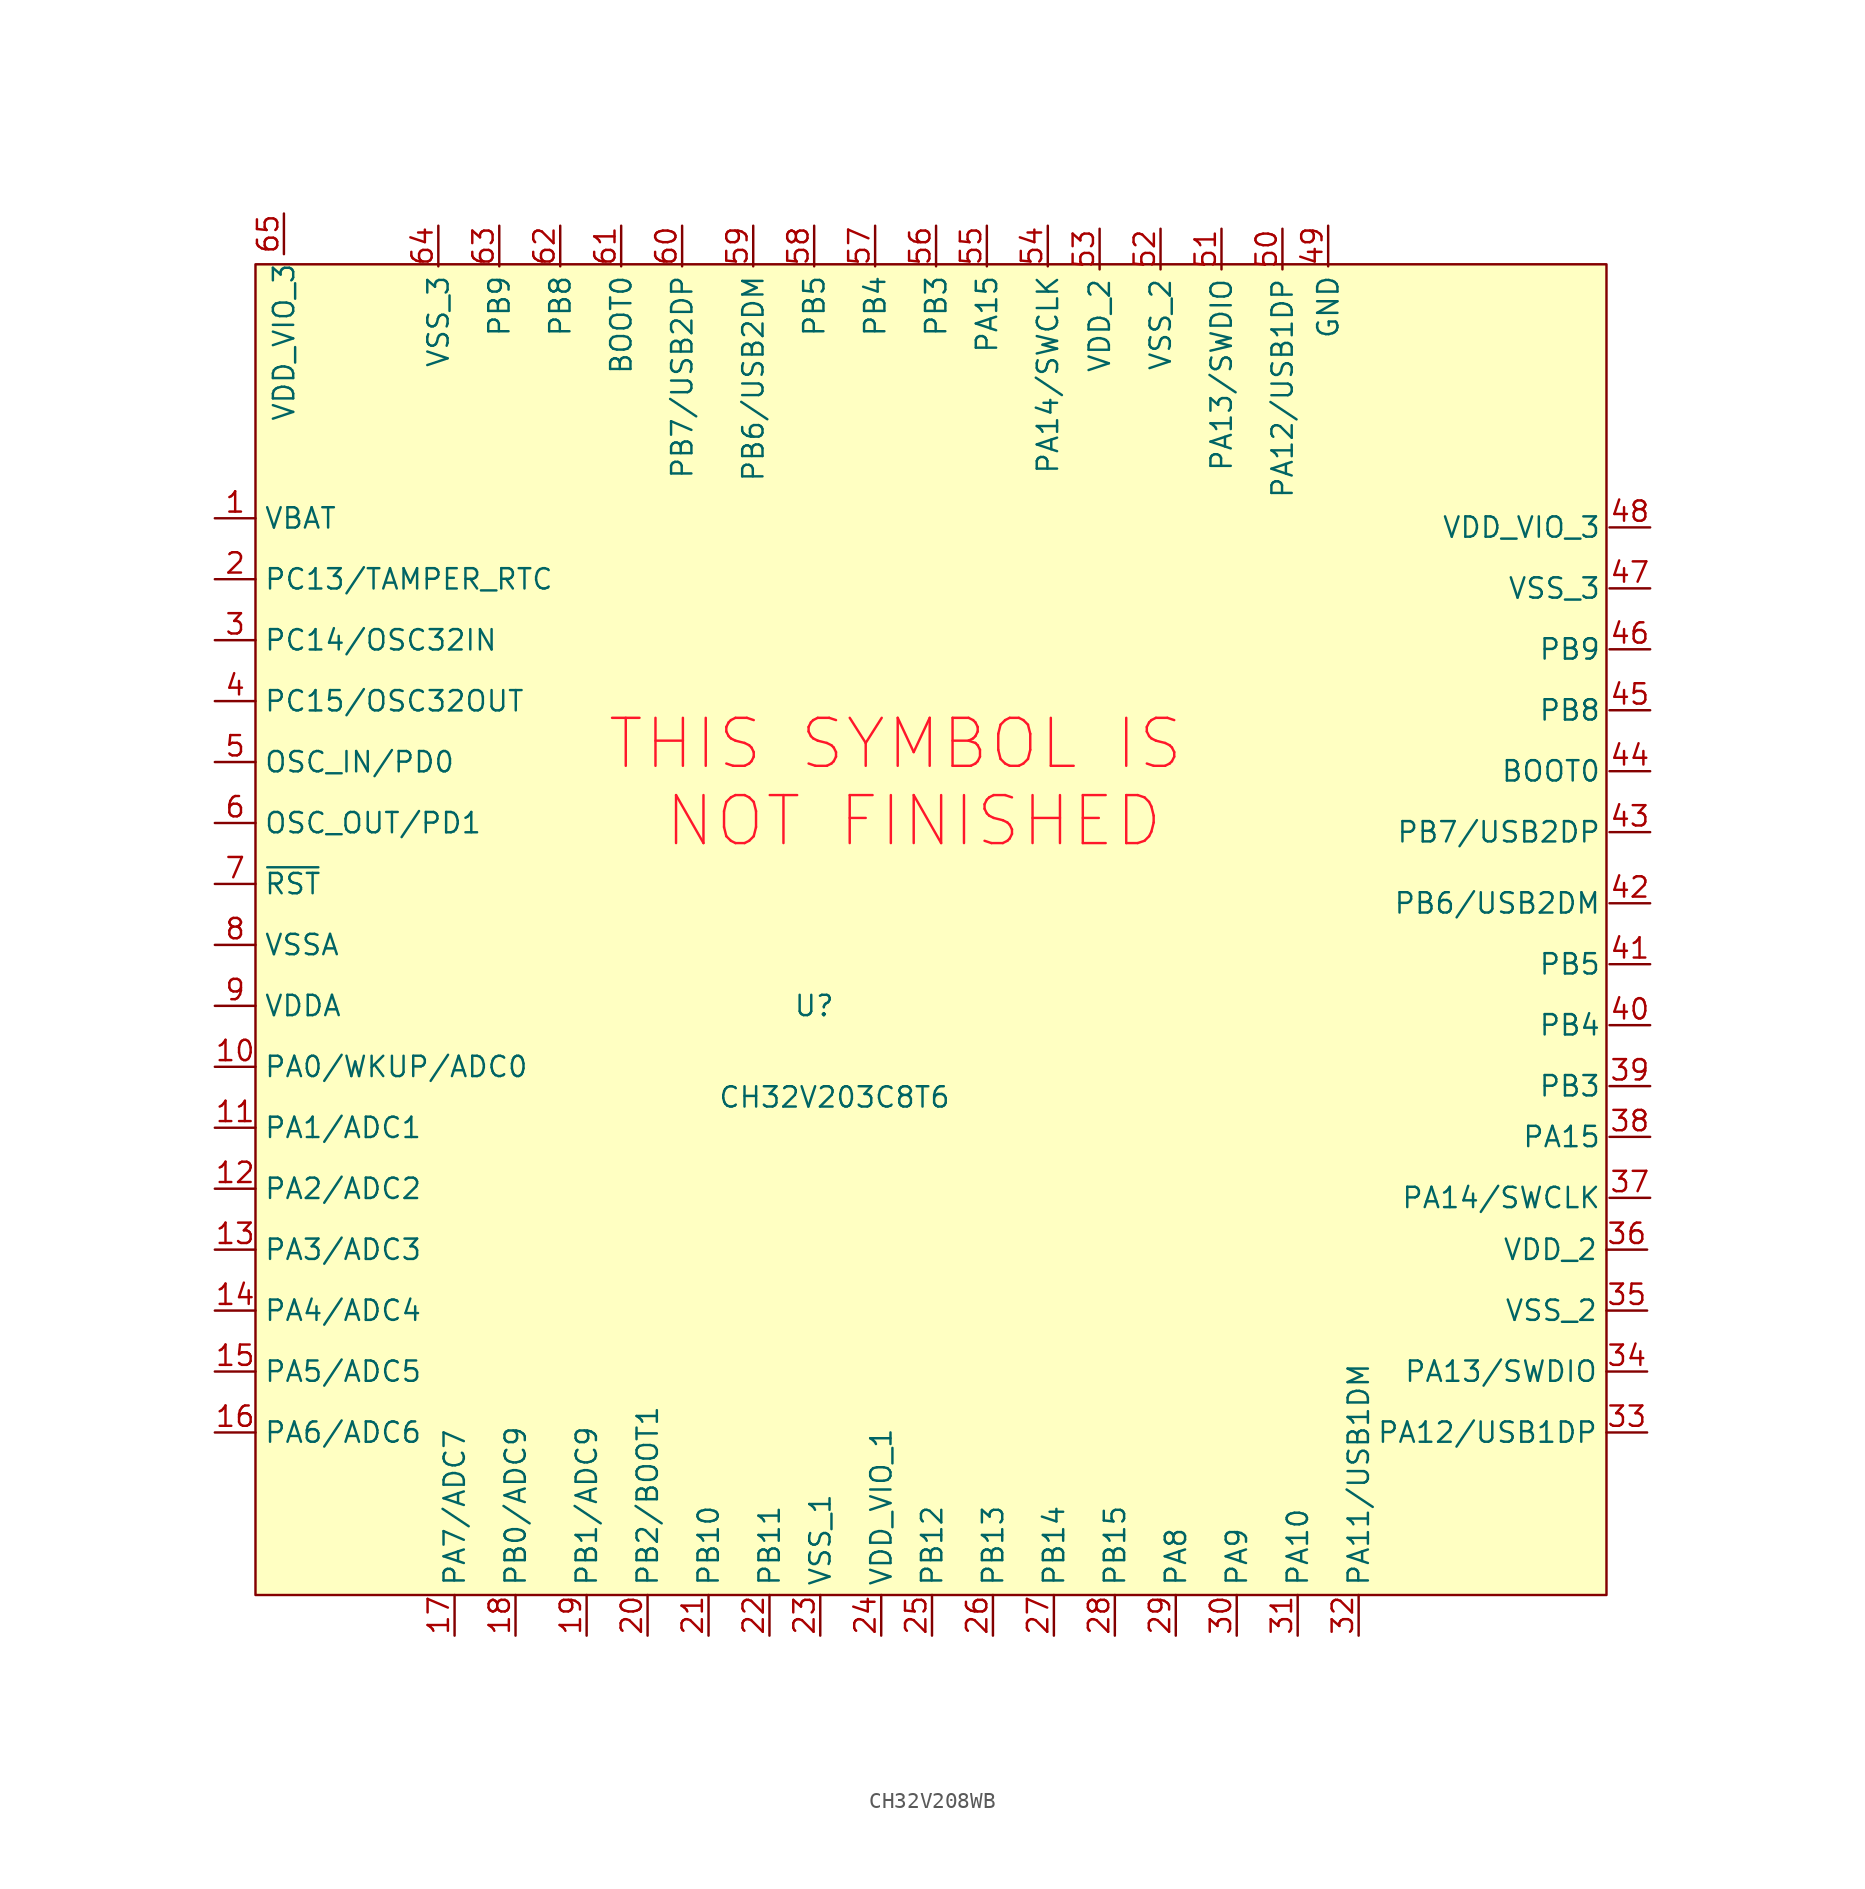
<source format=kicad_sym>
(kicad_symbol_lib
  (version 20231120)
  (generator "kicad_symbol_editor")
  (generator_version "8.0")
  (symbol "CH32V208WB"
    (property "Reference" "U"
      (at -5.715 -5.08 0)
      (effects (font (size 1.27 1.27))))
    (property "Value" "CH32V203C8T6"
      (at -4.445 -10.795 0)
      (effects (font (size 1.27 1.27))))
    (symbol "CH32V208WB_0_1"
      (rectangle (start -40.64 41.275) (end 43.815 -41.91) (stroke (width 0) (type default)) (fill (type background))))
    (symbol "CH32V208WB_1_1"
      (text "THIS SYMBOL IS\n NOT FINISHED" (at -0.635 8.89 0) (effects (font (face "KiCad Font") (size 3 3) (color 255 23 42 1))))
      (pin bidirectional line (at -43.18 25.4 0) (length 2.54) (name "VBAT" (effects (font (size 1.27 1.27)))) (number "1" (effects (font (size 1.27 1.27)))))
      (pin bidirectional line (at -43.18 -8.89 0) (length 2.54) (name "PA0/WKUP/ADC0" (effects (font (size 1.27 1.27)))) (number "10" (effects (font (size 1.27 1.27)))))
      (pin bidirectional line (at -43.18 -12.7 0) (length 2.54) (name "PA1/ADC1" (effects (font (size 1.27 1.27)))) (number "11" (effects (font (size 1.27 1.27)))))
      (pin bidirectional line (at -43.18 -16.51 0) (length 2.54) (name "PA2/ADC2" (effects (font (size 1.27 1.27)))) (number "12" (effects (font (size 1.27 1.27)))))
      (pin bidirectional line (at -43.18 -20.32 0) (length 2.54) (name "PA3/ADC3" (effects (font (size 1.27 1.27)))) (number "13" (effects (font (size 1.27 1.27)))))
      (pin bidirectional line (at -43.18 -24.13 0) (length 2.54) (name "PA4/ADC4" (effects (font (size 1.27 1.27)))) (number "14" (effects (font (size 1.27 1.27)))))
      (pin bidirectional line (at -43.18 -27.94 0) (length 2.54) (name "PA5/ADC5" (effects (font (size 1.27 1.27)))) (number "15" (effects (font (size 1.27 1.27)))))
      (pin bidirectional line (at -43.18 -31.75 0) (length 2.54) (name "PA6/ADC6" (effects (font (size 1.27 1.27)))) (number "16" (effects (font (size 1.27 1.27)))))
      (pin bidirectional line (at -28.194 -44.45 90) (length 2.54) (name "PA7/ADC7" (effects (font (size 1.27 1.27)))) (number "17" (effects (font (size 1.27 1.27)))))
      (pin bidirectional line (at -24.384 -44.45 90) (length 2.54) (name "PB0/ADC9" (effects (font (size 1.27 1.27)))) (number "18" (effects (font (size 1.27 1.27)))))
      (pin bidirectional line (at -19.939 -44.45 90) (length 2.54) (name "PB1/ADC9" (effects (font (size 1.27 1.27)))) (number "19" (effects (font (size 1.27 1.27)))))
      (pin bidirectional line (at -43.18 21.59 0) (length 2.54) (name "PC13/TAMPER_RTC" (effects (font (size 1.27 1.27)))) (number "2" (effects (font (size 1.27 1.27)))))
      (pin bidirectional line (at -16.129 -44.45 90) (length 2.54) (name "PB2/BOOT1" (effects (font (size 1.27 1.27)))) (number "20" (effects (font (size 1.27 1.27)))))
      (pin bidirectional line (at -12.319 -44.45 90) (length 2.54) (name "PB10" (effects (font (size 1.27 1.27)))) (number "21" (effects (font (size 1.27 1.27)))))
      (pin bidirectional line (at -8.509 -44.45 90) (length 2.54) (name "PB11" (effects (font (size 1.27 1.27)))) (number "22" (effects (font (size 1.27 1.27)))))
      (pin power_in line (at -5.334 -44.45 90) (length 2.54) (name "VSS_1" (effects (font (size 1.27 1.27)))) (number "23" (effects (font (size 1.27 1.27)))))
      (pin power_in line (at -1.524 -44.45 90) (length 2.54) (name "VDD_VIO_1" (effects (font (size 1.27 1.27)))) (number "24" (effects (font (size 1.27 1.27)))))
      (pin bidirectional line (at 1.651 -44.45 90) (length 2.54) (name "PB12" (effects (font (size 1.27 1.27)))) (number "25" (effects (font (size 1.27 1.27)))))
      (pin bidirectional line (at 5.461 -44.45 90) (length 2.54) (name "PB13" (effects (font (size 1.27 1.27)))) (number "26" (effects (font (size 1.27 1.27)))))
      (pin bidirectional line (at 9.271 -44.45 90) (length 2.54) (name "PB14" (effects (font (size 1.27 1.27)))) (number "27" (effects (font (size 1.27 1.27)))))
      (pin bidirectional line (at 13.081 -44.45 90) (length 2.54) (name "PB15" (effects (font (size 1.27 1.27)))) (number "28" (effects (font (size 1.27 1.27)))))
      (pin bidirectional line (at 16.891 -44.45 90) (length 2.54) (name "PA8" (effects (font (size 1.27 1.27)))) (number "29" (effects (font (size 1.27 1.27)))))
      (pin bidirectional line (at -43.18 17.78 0) (length 2.54) (name "PC14/OSC32IN" (effects (font (size 1.27 1.27)))) (number "3" (effects (font (size 1.27 1.27)))))
      (pin bidirectional line (at 20.701 -44.45 90) (length 2.54) (name "PA9" (effects (font (size 1.27 1.27)))) (number "30" (effects (font (size 1.27 1.27)))))
      (pin bidirectional line (at 24.511 -44.45 90) (length 2.54) (name "PA10" (effects (font (size 1.27 1.27)))) (number "31" (effects (font (size 1.27 1.27)))))
      (pin bidirectional line (at 28.321 -44.45 90) (length 2.54) (name "PA11/USB1DM" (effects (font (size 1.27 1.27)))) (number "32" (effects (font (size 1.27 1.27)))))
      (pin bidirectional line (at 46.355 -31.75 180) (length 2.54) (name "PA12/USB1DP" (effects (font (size 1.27 1.27)))) (number "33" (effects (font (size 1.27 1.27)))))
      (pin bidirectional line (at 46.355 -27.94 180) (length 2.54) (name "PA13/SWDIO" (effects (font (size 1.27 1.27)))) (number "34" (effects (font (size 1.27 1.27)))))
      (pin power_in line (at 46.355 -24.13 180) (length 2.54) (name "VSS_2" (effects (font (size 1.27 1.27)))) (number "35" (effects (font (size 1.27 1.27)))))
      (pin power_in line (at 46.355 -20.32 180) (length 2.54) (name "VDD_2" (effects (font (size 1.27 1.27)))) (number "36" (effects (font (size 1.27 1.27)))))
      (pin bidirectional line (at 46.545 -17.081 180) (length 2.54) (name "PA14/SWCLK" (effects (font (size 1.27 1.27)))) (number "37" (effects (font (size 1.27 1.27)))))
      (pin bidirectional line (at 46.545 -13.271 180) (length 2.54) (name "PA15" (effects (font (size 1.27 1.27)))) (number "38" (effects (font (size 1.27 1.27)))))
      (pin bidirectional line (at 46.545 -10.097 180) (length 2.54) (name "PB3" (effects (font (size 1.27 1.27)))) (number "39" (effects (font (size 1.27 1.27)))))
      (pin bidirectional line (at -43.18 13.97 0) (length 2.54) (name "PC15/OSC32OUT" (effects (font (size 1.27 1.27)))) (number "4" (effects (font (size 1.27 1.27)))))
      (pin bidirectional line (at 46.545 -6.287 180) (length 2.54) (name "PB4" (effects (font (size 1.27 1.27)))) (number "40" (effects (font (size 1.27 1.27)))))
      (pin bidirectional line (at 46.545 -2.477 180) (length 2.54) (name "PB5" (effects (font (size 1.27 1.27)))) (number "41" (effects (font (size 1.27 1.27)))))
      (pin bidirectional line (at 46.545 1.333 180) (length 2.54) (name "PB6/USB2DM" (effects (font (size 1.27 1.27)))) (number "42" (effects (font (size 1.27 1.27)))))
      (pin bidirectional line (at 46.545 5.779 180) (length 2.54) (name "PB7/USB2DP" (effects (font (size 1.27 1.27)))) (number "43" (effects (font (size 1.27 1.27)))))
      (pin input line (at 46.545 9.588 180) (length 2.54) (name "BOOT0" (effects (font (size 1.27 1.27)))) (number "44" (effects (font (size 1.27 1.27)))))
      (pin bidirectional line (at 46.545 13.399 180) (length 2.54) (name "PB8" (effects (font (size 1.27 1.27)))) (number "45" (effects (font (size 1.27 1.27)))))
      (pin bidirectional line (at 46.545 17.209 180) (length 2.54) (name "PB9" (effects (font (size 1.27 1.27)))) (number "46" (effects (font (size 1.27 1.27)))))
      (pin power_in line (at 46.545 21.018 180) (length 2.54) (name "VSS_3" (effects (font (size 1.27 1.27)))) (number "47" (effects (font (size 1.27 1.27)))))
      (pin power_in line (at 46.545 24.828 180) (length 2.54) (name "VDD_VIO_3" (effects (font (size 1.27 1.27)))) (number "48" (effects (font (size 1.27 1.27)))))
      (pin power_in line (at 26.416 43.688 270) (length 2.54) (name "GND" (effects (font (size 1.27 1.27)))) (number "49" (effects (font (size 1.27 1.27)))))
      (pin bidirectional line (at -43.18 10.16 0) (length 2.54) (name "OSC_IN/PD0" (effects (font (size 1.27 1.27)))) (number "5" (effects (font (size 1.27 1.27)))))
      (pin bidirectional line (at 23.558 43.498 270) (length 2.54) (name "PA12/USB1DP" (effects (font (size 1.27 1.27)))) (number "50" (effects (font (size 1.27 1.27)))))
      (pin bidirectional line (at 19.748 43.498 270) (length 2.54) (name "PA13/SWDIO" (effects (font (size 1.27 1.27)))) (number "51" (effects (font (size 1.27 1.27)))))
      (pin power_in line (at 15.938 43.498 270) (length 2.54) (name "VSS_2" (effects (font (size 1.27 1.27)))) (number "52" (effects (font (size 1.27 1.27)))))
      (pin power_in line (at 12.129 43.498 270) (length 2.54) (name "VDD_2" (effects (font (size 1.27 1.27)))) (number "53" (effects (font (size 1.27 1.27)))))
      (pin bidirectional line (at 8.89 43.688 270) (length 2.54) (name "PA14/SWCLK" (effects (font (size 1.27 1.27)))) (number "54" (effects (font (size 1.27 1.27)))))
      (pin bidirectional line (at 5.08 43.688 270) (length 2.54) (name "PA15" (effects (font (size 1.27 1.27)))) (number "55" (effects (font (size 1.27 1.27)))))
      (pin bidirectional line (at 1.905 43.688 270) (length 2.54) (name "PB3" (effects (font (size 1.27 1.27)))) (number "56" (effects (font (size 1.27 1.27)))))
      (pin bidirectional line (at -1.905 43.688 270) (length 2.54) (name "PB4" (effects (font (size 1.27 1.27)))) (number "57" (effects (font (size 1.27 1.27)))))
      (pin bidirectional line (at -5.715 43.688 270) (length 2.54) (name "PB5" (effects (font (size 1.27 1.27)))) (number "58" (effects (font (size 1.27 1.27)))))
      (pin bidirectional line (at -9.525 43.688 270) (length 2.54) (name "PB6/USB2DM" (effects (font (size 1.27 1.27)))) (number "59" (effects (font (size 1.27 1.27)))))
      (pin bidirectional line (at -43.18 6.35 0) (length 2.54) (name "OSC_OUT/PD1" (effects (font (size 1.27 1.27)))) (number "6" (effects (font (size 1.27 1.27)))))
      (pin bidirectional line (at -13.97 43.688 270) (length 2.54) (name "PB7/USB2DP" (effects (font (size 1.27 1.27)))) (number "60" (effects (font (size 1.27 1.27)))))
      (pin input line (at -17.78 43.688 270) (length 2.54) (name "BOOT0" (effects (font (size 1.27 1.27)))) (number "61" (effects (font (size 1.27 1.27)))))
      (pin bidirectional line (at -21.59 43.688 270) (length 2.54) (name "PB8" (effects (font (size 1.27 1.27)))) (number "62" (effects (font (size 1.27 1.27)))))
      (pin bidirectional line (at -25.4 43.688 270) (length 2.54) (name "PB9" (effects (font (size 1.27 1.27)))) (number "63" (effects (font (size 1.27 1.27)))))
      (pin power_in line (at -29.21 43.688 270) (length 2.54) (name "VSS_3" (effects (font (size 1.27 1.27)))) (number "64" (effects (font (size 1.27 1.27)))))
      (pin power_in line (at -38.862 44.45 270) (length 2.54) (name "VDD_VIO_3" (effects (font (size 1.27 1.27)))) (number "65" (effects (font (size 1.27 1.27)))))
      (pin bidirectional line (at -43.18 2.54 0) (length 2.54) (name "~{RST}" (effects (font (size 1.27 1.27)))) (number "7" (effects (font (size 1.27 1.27)))))
      (pin power_in line (at -43.18 -1.27 0) (length 2.54) (name "VSSA" (effects (font (size 1.27 1.27)))) (number "8" (effects (font (size 1.27 1.27)))))
      (pin power_in line (at -43.18 -5.08 0) (length 2.54) (name "VDDA" (effects (font (size 1.27 1.27)))) (number "9" (effects (font (size 1.27 1.27))))))))
</source>
